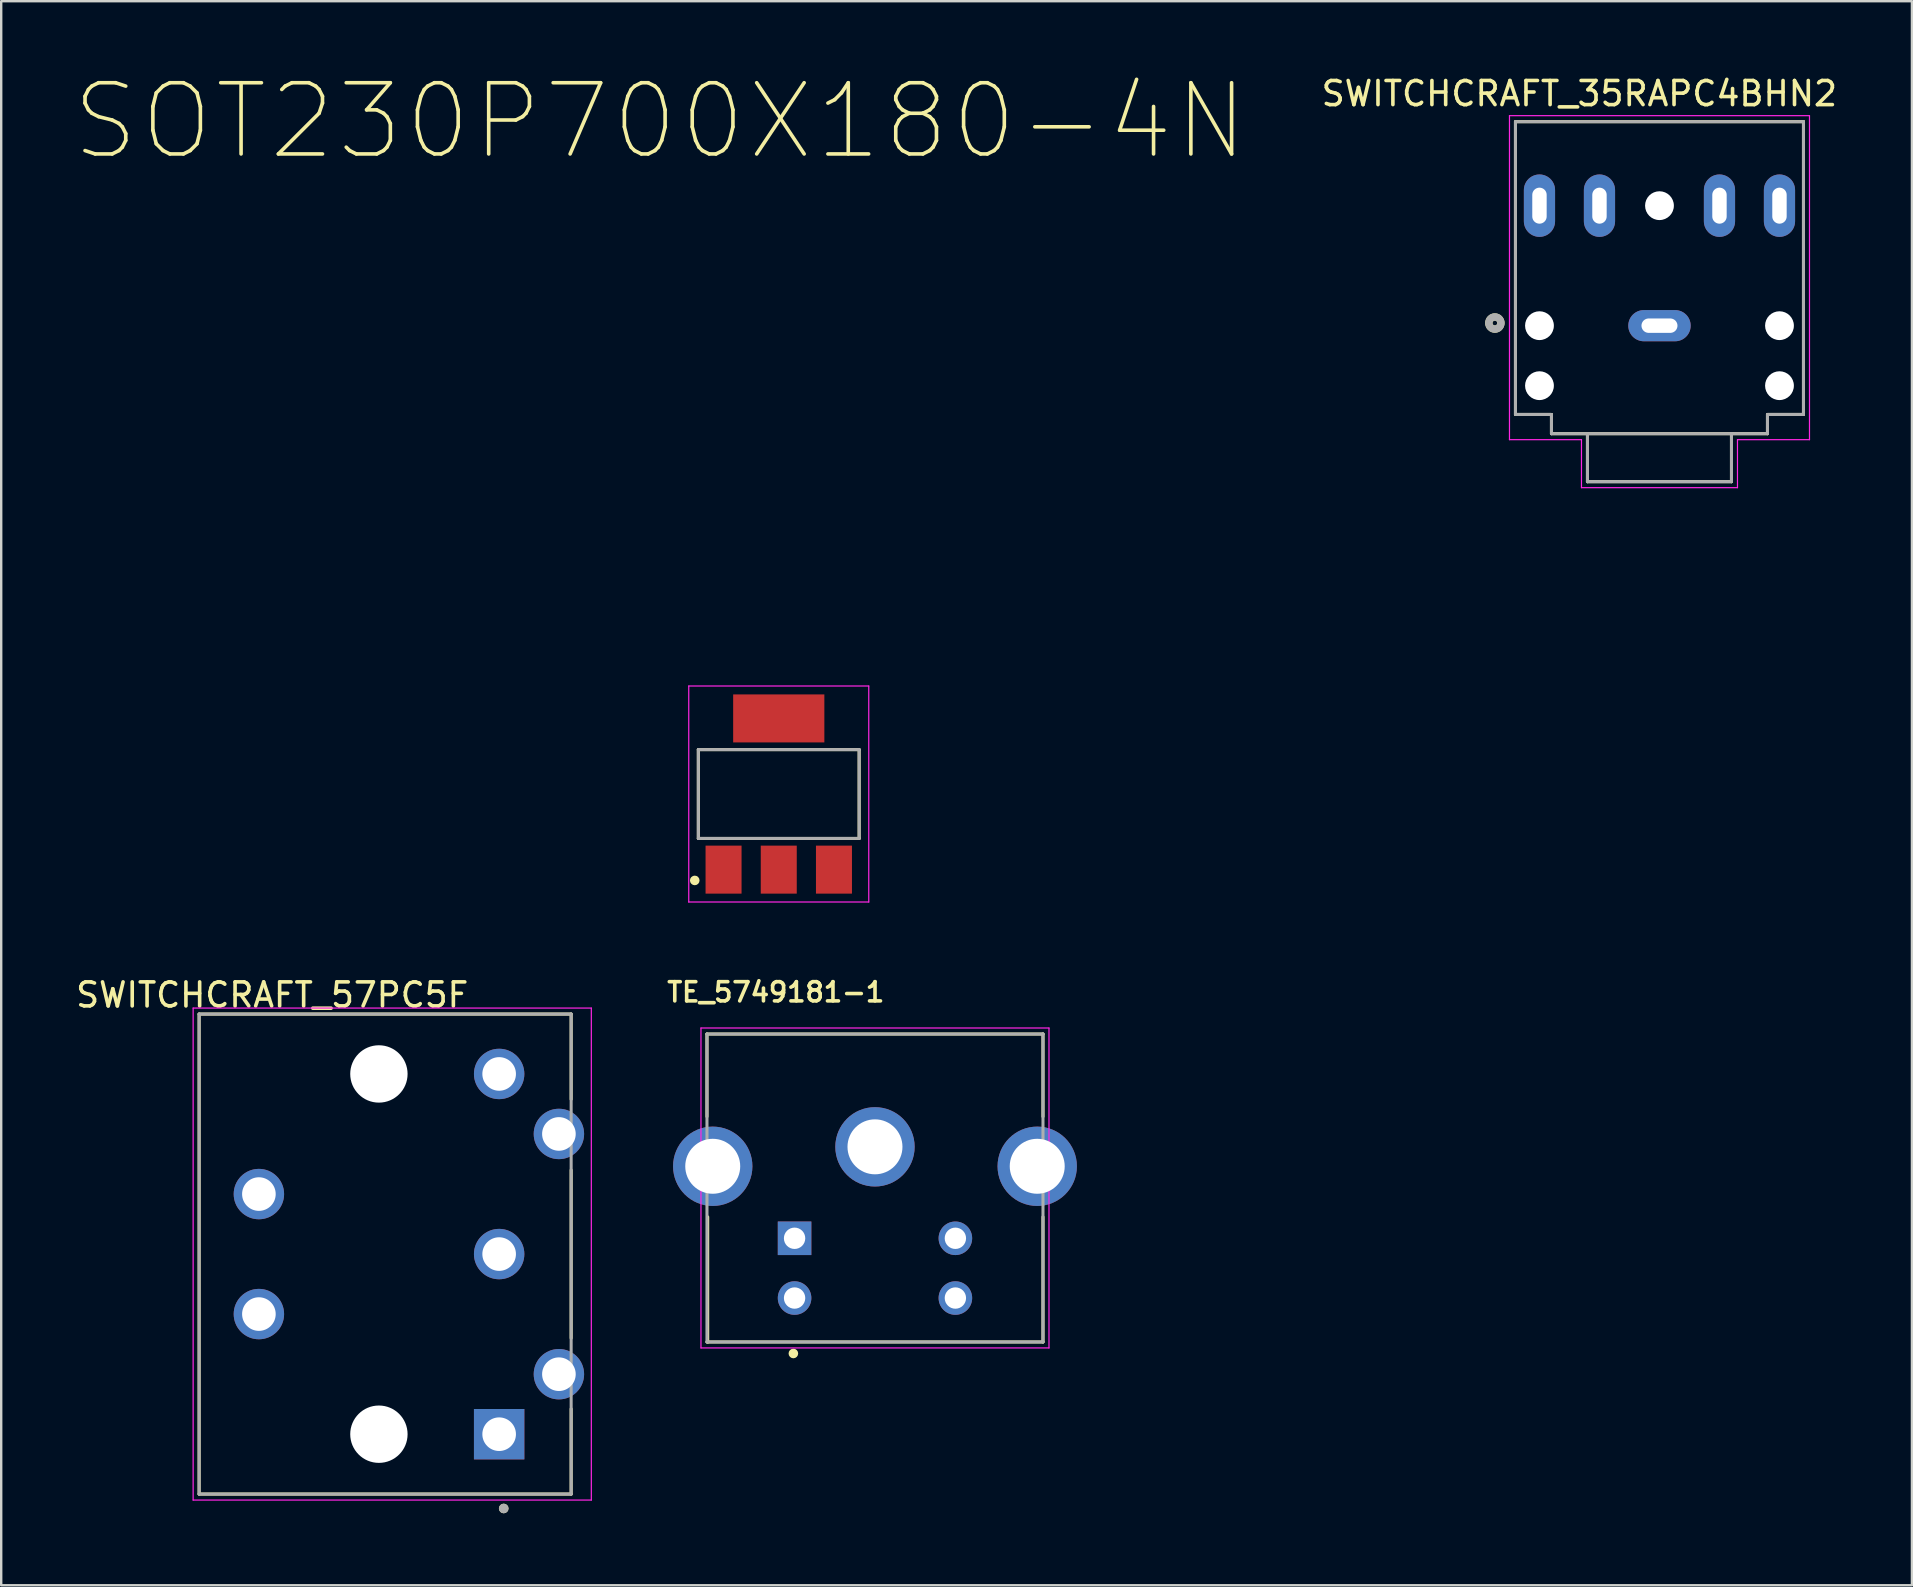
<source format=kicad_pcb>
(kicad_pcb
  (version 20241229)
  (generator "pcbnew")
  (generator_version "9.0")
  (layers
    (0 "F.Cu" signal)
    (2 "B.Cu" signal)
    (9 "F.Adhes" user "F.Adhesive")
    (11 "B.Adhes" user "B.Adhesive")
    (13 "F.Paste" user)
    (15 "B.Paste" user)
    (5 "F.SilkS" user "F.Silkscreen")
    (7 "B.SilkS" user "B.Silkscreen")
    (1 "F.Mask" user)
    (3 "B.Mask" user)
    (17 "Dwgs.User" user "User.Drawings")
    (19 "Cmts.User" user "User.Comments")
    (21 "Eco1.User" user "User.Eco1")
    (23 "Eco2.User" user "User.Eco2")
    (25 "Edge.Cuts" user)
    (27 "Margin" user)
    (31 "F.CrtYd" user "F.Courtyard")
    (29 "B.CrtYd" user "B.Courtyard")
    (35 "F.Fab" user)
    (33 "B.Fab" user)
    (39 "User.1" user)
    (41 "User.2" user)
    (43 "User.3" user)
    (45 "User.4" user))
  (footprint "SOT230P700X180-4N"
    (layer "F.Cu")
    (at 29.397 30.033)
    (property "Reference" "SOT230P700X180-4N" (at -4.948 -28.034 0) (layer "F.SilkS") (effects (font (size 2.968 2.968) (thickness 0.15))))
    (attr through_hole)
    (fp_line (start -3.35 -1.85) (end -3.35 1.85) (stroke (width 0.127) (type solid)) (layer "F.SilkS"))
    (fp_line (start -3.35 1.85) (end 3.35 1.85) (stroke (width 0.127) (type solid)) (layer "F.SilkS"))
    (fp_line (start 3.35 -1.85) (end -3.35 -1.85) (stroke (width 0.127) (type solid)) (layer "F.SilkS"))
    (fp_line (start 3.35 1.85) (end 3.35 -1.85) (stroke (width 0.127) (type solid)) (layer "F.SilkS"))
    (fp_circle (center -3.5 3.6) (end -3.4 3.6) (stroke (width 0.2) (type solid)) (fill no) (layer "F.SilkS"))
    (fp_line (start -3.75 -4.5) (end 3.75 -4.5) (stroke (width 0.05) (type solid)) (layer "F.CrtYd"))
    (fp_line (start -3.75 4.5) (end -3.75 -4.5) (stroke (width 0.05) (type solid)) (layer "F.CrtYd"))
    (fp_line (start 3.75 -4.5) (end 3.75 4.5) (stroke (width 0.05) (type solid)) (layer "F.CrtYd"))
    (fp_line (start 3.75 4.5) (end -3.75 4.5) (stroke (width 0.05) (type solid)) (layer "F.CrtYd"))
    (fp_line (start -3.35 -1.85) (end -3.35 1.85) (stroke (width 0.127) (type solid)) (layer "F.Fab"))
    (fp_line (start -3.35 1.85) (end 3.35 1.85) (stroke (width 0.127) (type solid)) (layer "F.Fab"))
    (fp_line (start 3.35 -1.85) (end -3.35 -1.85) (stroke (width 0.127) (type solid)) (layer "F.Fab"))
    (fp_line (start 3.35 1.85) (end 3.35 -1.85) (stroke (width 0.127) (type solid)) (layer "F.Fab"))
    (pad "1" smd rect (at -2.3 3.15) (size 1.5 2) (layers "F.Cu" "F.Mask" "F.Paste"))
    (pad "2" smd rect (at 0 3.15) (size 1.5 2) (layers "F.Cu" "F.Mask" "F.Paste"))
    (pad "3" smd rect (at 2.3 3.15) (size 1.5 2) (layers "F.Cu" "F.Mask" "F.Paste"))
    (pad "4" smd rect (at 0 -3.15) (size 3.8 2) (layers "F.Cu" "F.Mask" "F.Paste")))
  (footprint "SWITCHCRAFT_35RAPC4BHN2"
    (layer "F.Cu")
    (at 66.092 9.519)
    (property "Reference" "SWITCHCRAFT_35RAPC4BHN2" (at -3.338 -8.668 0) (layer "F.SilkS") (effects (font (size 1.004 1.004) (thickness 0.15))))
    (attr through_hole)
    (fp_line (start -6 -7.5) (end 6 -7.5) (stroke (width 0.127) (type solid)) (layer "F.SilkS"))
    (fp_line (start -6 4.7) (end -6 -7.5) (stroke (width 0.127) (type solid)) (layer "F.SilkS"))
    (fp_line (start -4.5 4.7) (end -6 4.7) (stroke (width 0.127) (type solid)) (layer "F.SilkS"))
    (fp_line (start -4.5 5.5) (end -4.5 4.7) (stroke (width 0.127) (type solid)) (layer "F.SilkS"))
    (fp_line (start -4.5 5.5) (end -3 5.5) (stroke (width 0.127) (type solid)) (layer "F.SilkS"))
    (fp_line (start -3 5.5) (end 3 5.5) (stroke (width 0.127) (type solid)) (layer "F.SilkS"))
    (fp_line (start -3 7.5) (end -3 5.5) (stroke (width 0.127) (type solid)) (layer "F.SilkS"))
    (fp_line (start -3 7.5) (end 3 7.5) (stroke (width 0.127) (type solid)) (layer "F.SilkS"))
    (fp_line (start 3 5.5) (end 4.5 5.5) (stroke (width 0.127) (type solid)) (layer "F.SilkS"))
    (fp_line (start 3 7.5) (end 3 5.5) (stroke (width 0.127) (type solid)) (layer "F.SilkS"))
    (fp_line (start 4.5 4.7) (end 4.5 5.5) (stroke (width 0.127) (type solid)) (layer "F.SilkS"))
    (fp_line (start 6 -7.5) (end 6 4.7) (stroke (width 0.127) (type solid)) (layer "F.SilkS"))
    (fp_line (start 6 4.7) (end 4.5 4.7) (stroke (width 0.127) (type solid)) (layer "F.SilkS"))
    (fp_circle (center -6.858 0.89) (end -6.758 0.89) (stroke (width 0.305) (type solid)) (fill no) (layer "F.SilkS"))
    (fp_line (start -6.25 -7.75) (end 6.25 -7.75) (stroke (width 0.05) (type solid)) (layer "F.CrtYd"))
    (fp_line (start -6.25 5.75) (end -6.25 -7.75) (stroke (width 0.05) (type solid)) (layer "F.CrtYd"))
    (fp_line (start -3.25 5.75) (end -6.25 5.75) (stroke (width 0.05) (type solid)) (layer "F.CrtYd"))
    (fp_line (start -3.25 7.75) (end -3.25 5.75) (stroke (width 0.05) (type solid)) (layer "F.CrtYd"))
    (fp_line (start 3.25 5.75) (end 3.25 7.75) (stroke (width 0.05) (type solid)) (layer "F.CrtYd"))
    (fp_line (start 3.25 7.75) (end -3.25 7.75) (stroke (width 0.05) (type solid)) (layer "F.CrtYd"))
    (fp_line (start 6.25 -7.75) (end 6.25 5.75) (stroke (width 0.05) (type solid)) (layer "F.CrtYd"))
    (fp_line (start 6.25 5.75) (end 3.25 5.75) (stroke (width 0.05) (type solid)) (layer "F.CrtYd"))
    (fp_line (start -6 -7.5) (end 6 -7.5) (stroke (width 0.127) (type solid)) (layer "F.Fab"))
    (fp_line (start -6 4.7) (end -6 -7.5) (stroke (width 0.127) (type solid)) (layer "F.Fab"))
    (fp_line (start -4.5 4.7) (end -6 4.7) (stroke (width 0.127) (type solid)) (layer "F.Fab"))
    (fp_line (start -4.5 5.5) (end -4.5 4.7) (stroke (width 0.127) (type solid)) (layer "F.Fab"))
    (fp_line (start -4.5 5.5) (end -3 5.5) (stroke (width 0.127) (type solid)) (layer "F.Fab"))
    (fp_line (start -3 5.5) (end 3 5.5) (stroke (width 0.127) (type solid)) (layer "F.Fab"))
    (fp_line (start -3 7.5) (end -3 5.5) (stroke (width 0.127) (type solid)) (layer "F.Fab"))
    (fp_line (start -3 7.5) (end 3 7.5) (stroke (width 0.127) (type solid)) (layer "F.Fab"))
    (fp_line (start 3 5.5) (end 4.5 5.5) (stroke (width 0.127) (type solid)) (layer "F.Fab"))
    (fp_line (start 3 7.5) (end 3 5.5) (stroke (width 0.127) (type solid)) (layer "F.Fab"))
    (fp_line (start 4.5 4.7) (end 4.5 5.5) (stroke (width 0.127) (type solid)) (layer "F.Fab"))
    (fp_line (start 6 -7.5) (end 6 4.7) (stroke (width 0.127) (type solid)) (layer "F.Fab"))
    (fp_line (start 6 4.7) (end 4.5 4.7) (stroke (width 0.127) (type solid)) (layer "F.Fab"))
    (fp_circle (center -6.858 0.89) (end -6.758 0.89) (stroke (width 0.305) (type solid)) (fill no) (layer "F.Fab"))
    (pad "" np_thru_hole circle (at -5 1) (size 1.2 1.2) (drill 1.2) (layers "*.Cu" "*.Mask"))
    (pad "" np_thru_hole circle (at -5 3.5) (size 1.2 1.2) (drill 1.2) (layers "*.Cu" "*.Mask"))
    (pad "" np_thru_hole circle (at 0 -4) (size 1.2 1.2) (drill 1.2) (layers "*.Cu" "*.Mask"))
    (pad "" np_thru_hole circle (at 5 1) (size 1.2 1.2) (drill 1.2) (layers "*.Cu" "*.Mask"))
    (pad "" np_thru_hole circle (at 5 3.5) (size 1.2 1.2) (drill 1.2) (layers "*.Cu" "*.Mask"))
    (pad "1" thru_hole oval (at 0 1) (size 2.6 1.3) (drill oval 1.5 0.6) (layers "*.Cu" "*.Mask"))
    (pad "2" thru_hole oval (at 5 -4) (size 1.3 2.6) (drill oval 0.6 1.5) (layers "*.Cu" "*.Mask"))
    (pad "3" thru_hole oval (at -5 -4) (size 1.3 2.6) (drill oval 0.6 1.5) (layers "*.Cu" "*.Mask"))
    (pad "10" thru_hole oval (at 2.5 -4) (size 1.3 2.6) (drill oval 0.6 1.5) (layers "*.Cu" "*.Mask"))
    (pad "11" thru_hole oval (at -2.5 -4) (size 1.3 2.6) (drill oval 0.6 1.5) (layers "*.Cu" "*.Mask")))
  (footprint "SWITCHCRAFT_57PC5F"
    (layer "F.Cu")
    (at 12.737 49.201)
    (property "Reference" "SWITCHCRAFT_57PC5F" (at -4.445 -10.795 0) (layer "F.SilkS") (effects (font (size 1 1) (thickness 0.15))))
    (attr through_hole)
    (fp_circle (center 0 -7.505) (end 0.725 -7.505) (stroke (width 1.449) (type solid)) (fill no) (layer "F.Mask"))
    (fp_circle (center 0 7.505) (end 0.725 7.505) (stroke (width 1.449) (type solid)) (fill no) (layer "F.Mask"))
    (fp_circle (center 0 -7.505) (end 0.725 -7.505) (stroke (width 1.449) (type solid)) (fill no) (layer "B.Mask"))
    (fp_circle (center 0 7.505) (end 0.725 7.505) (stroke (width 1.449) (type solid)) (fill no) (layer "B.Mask"))
    (fp_line (start -7.49 -10) (end 8.01 -10) (stroke (width 0.127) (type solid)) (layer "F.SilkS"))
    (fp_line (start -7.49 10) (end -7.49 -10) (stroke (width 0.127) (type solid)) (layer "F.SilkS"))
    (fp_line (start 8.01 -10) (end 8.01 -6.45) (stroke (width 0.127) (type solid)) (layer "F.SilkS"))
    (fp_line (start 8.01 -3.5) (end 8.01 3.5) (stroke (width 0.127) (type solid)) (layer "F.SilkS"))
    (fp_line (start 8.01 6.45) (end 8.01 10) (stroke (width 0.127) (type solid)) (layer "F.SilkS"))
    (fp_line (start 8.01 10) (end -7.49 10) (stroke (width 0.127) (type solid)) (layer "F.SilkS"))
    (fp_circle (center 5.2 10.6) (end 5.3 10.6) (stroke (width 0.2) (type solid)) (fill no) (layer "F.SilkS"))
    (fp_line (start -7.74 -10.25) (end 8.85 -10.25) (stroke (width 0.05) (type solid)) (layer "F.CrtYd"))
    (fp_line (start -7.74 10.25) (end -7.74 -10.25) (stroke (width 0.05) (type solid)) (layer "F.CrtYd"))
    (fp_line (start 8.85 -10.25) (end 8.85 10.25) (stroke (width 0.05) (type solid)) (layer "F.CrtYd"))
    (fp_line (start 8.85 10.25) (end -7.74 10.25) (stroke (width 0.05) (type solid)) (layer "F.CrtYd"))
    (fp_line (start -7.49 -10) (end 8.01 -10) (stroke (width 0.127) (type solid)) (layer "F.Fab"))
    (fp_line (start -7.49 10) (end -7.49 -10) (stroke (width 0.127) (type solid)) (layer "F.Fab"))
    (fp_line (start 8.01 -10) (end 8.01 10) (stroke (width 0.127) (type solid)) (layer "F.Fab"))
    (fp_line (start 8.01 10) (end -7.49 10) (stroke (width 0.127) (type solid)) (layer "F.Fab"))
    (fp_circle (center 5.2 10.6) (end 5.3 10.6) (stroke (width 0.2) (type solid)) (fill no) (layer "F.Fab"))
    (pad "" np_thru_hole circle (at 0 -7.505) (size 2.39 2.39) (drill 2.39) (layers "*.Cu" "*.Mask"))
    (pad "" np_thru_hole circle (at 0 7.505) (size 2.39 2.39) (drill 2.39) (layers "*.Cu" "*.Mask"))
    (pad "1" thru_hole rect (at 5.01 7.505) (size 2.1 2.1) (drill 1.4) (layers "*.Cu" "*.Mask"))
    (pad "2" thru_hole circle (at 5.01 0) (size 2.1 2.1) (drill 1.4) (layers "*.Cu" "*.Mask"))
    (pad "3" thru_hole circle (at 5.01 -7.505) (size 2.1 2.1) (drill 1.4) (layers "*.Cu" "*.Mask"))
    (pad "4" thru_hole circle (at 7.5 5.005) (size 2.1 2.1) (drill 1.4) (layers "*.Cu" "*.Mask"))
    (pad "5" thru_hole circle (at 7.5 -5.005) (size 2.1 2.1) (drill 1.4) (layers "*.Cu" "*.Mask"))
    (pad "G1" thru_hole circle (at -5 -2.5) (size 2.1 2.1) (drill 1.4) (layers "*.Cu" "*.Mask"))
    (pad "G2" thru_hole circle (at -5 2.5) (size 2.1 2.1) (drill 1.4) (layers "*.Cu" "*.Mask")))
  (footprint "TE_5749181-1"
    (layer "F.Cu")
    (at 33.406 48.543)
    (property "Reference" "TE_5749181-1" (at -4.132 -10.254 0) (layer "F.SilkS") (effects (font (size 0.8 0.8) (thickness 0.15))))
    (attr through_hole)
    (fp_line (start -7 -8.51) (end 7 -8.51) (stroke (width 0.127) (type solid)) (layer "F.SilkS"))
    (fp_line (start -7 -5.07) (end -7 -8.51) (stroke (width 0.127) (type solid)) (layer "F.SilkS"))
    (fp_line (start -6.97 -0.89) (end -6.97 4.32) (stroke (width 0.127) (type solid)) (layer "F.SilkS"))
    (fp_line (start -6.97 4.32) (end -7 4.32) (stroke (width 0.127) (type solid)) (layer "F.SilkS"))
    (fp_line (start 7 -5.07) (end 7 -8.51) (stroke (width 0.127) (type solid)) (layer "F.SilkS"))
    (fp_line (start 7 -0.89) (end 7 4.32) (stroke (width 0.127) (type solid)) (layer "F.SilkS"))
    (fp_line (start 7 4.32) (end -6.97 4.32) (stroke (width 0.127) (type solid)) (layer "F.SilkS"))
    (fp_circle (center -3.4 4.8) (end -3.3 4.8) (stroke (width 0.2) (type solid)) (fill no) (layer "F.SilkS"))
    (fp_line (start -7.25 -8.76) (end 7.25 -8.76) (stroke (width 0.05) (type solid)) (layer "F.CrtYd"))
    (fp_line (start -7.25 4.57) (end -7.25 -8.76) (stroke (width 0.05) (type solid)) (layer "F.CrtYd"))
    (fp_line (start 7.25 -8.76) (end 7.25 4.57) (stroke (width 0.05) (type solid)) (layer "F.CrtYd"))
    (fp_line (start 7.25 4.57) (end -7.25 4.57) (stroke (width 0.05) (type solid)) (layer "F.CrtYd"))
    (fp_line (start -7 -8.51) (end 7 -8.51) (stroke (width 0.127) (type solid)) (layer "F.Fab"))
    (fp_line (start -7 4.32) (end -7 -8.51) (stroke (width 0.127) (type solid)) (layer "F.Fab"))
    (fp_line (start 7 -8.51) (end 7 4.32) (stroke (width 0.127) (type solid)) (layer "F.Fab"))
    (fp_line (start 7 4.32) (end -7 4.32) (stroke (width 0.127) (type solid)) (layer "F.Fab"))
    (pad "1" thru_hole rect (at -3.35 0) (size 1.398 1.398) (drill 0.89) (layers "*.Cu" "*.Mask"))
    (pad "2" thru_hole circle (at 3.35 0) (size 1.398 1.398) (drill 0.89) (layers "*.Cu" "*.Mask"))
    (pad "3" thru_hole circle (at -3.35 2.49) (size 1.398 1.398) (drill 0.89) (layers "*.Cu" "*.Mask"))
    (pad "4" thru_hole circle (at 3.35 2.49) (size 1.398 1.398) (drill 0.89) (layers "*.Cu" "*.Mask"))
    (pad "5" thru_hole circle (at 0 -3.81) (size 3.306 3.306) (drill 2.29) (layers "*.Cu" "*.Mask"))
    (pad "6" thru_hole circle (at 6.76 -3) (size 3.306 3.306) (drill 2.29) (layers "*.Cu" "*.Mask"))
    (pad "7" thru_hole circle (at -6.76 -3) (size 3.306 3.306) (drill 2.29) (layers "*.Cu" "*.Mask")))
  (gr_rect
    (start -3 -3)
    (end 76.611 63.001)
    (stroke (width 0.1) (type default))
    (fill no)
    (layer "Edge.Cuts")))
</source>
